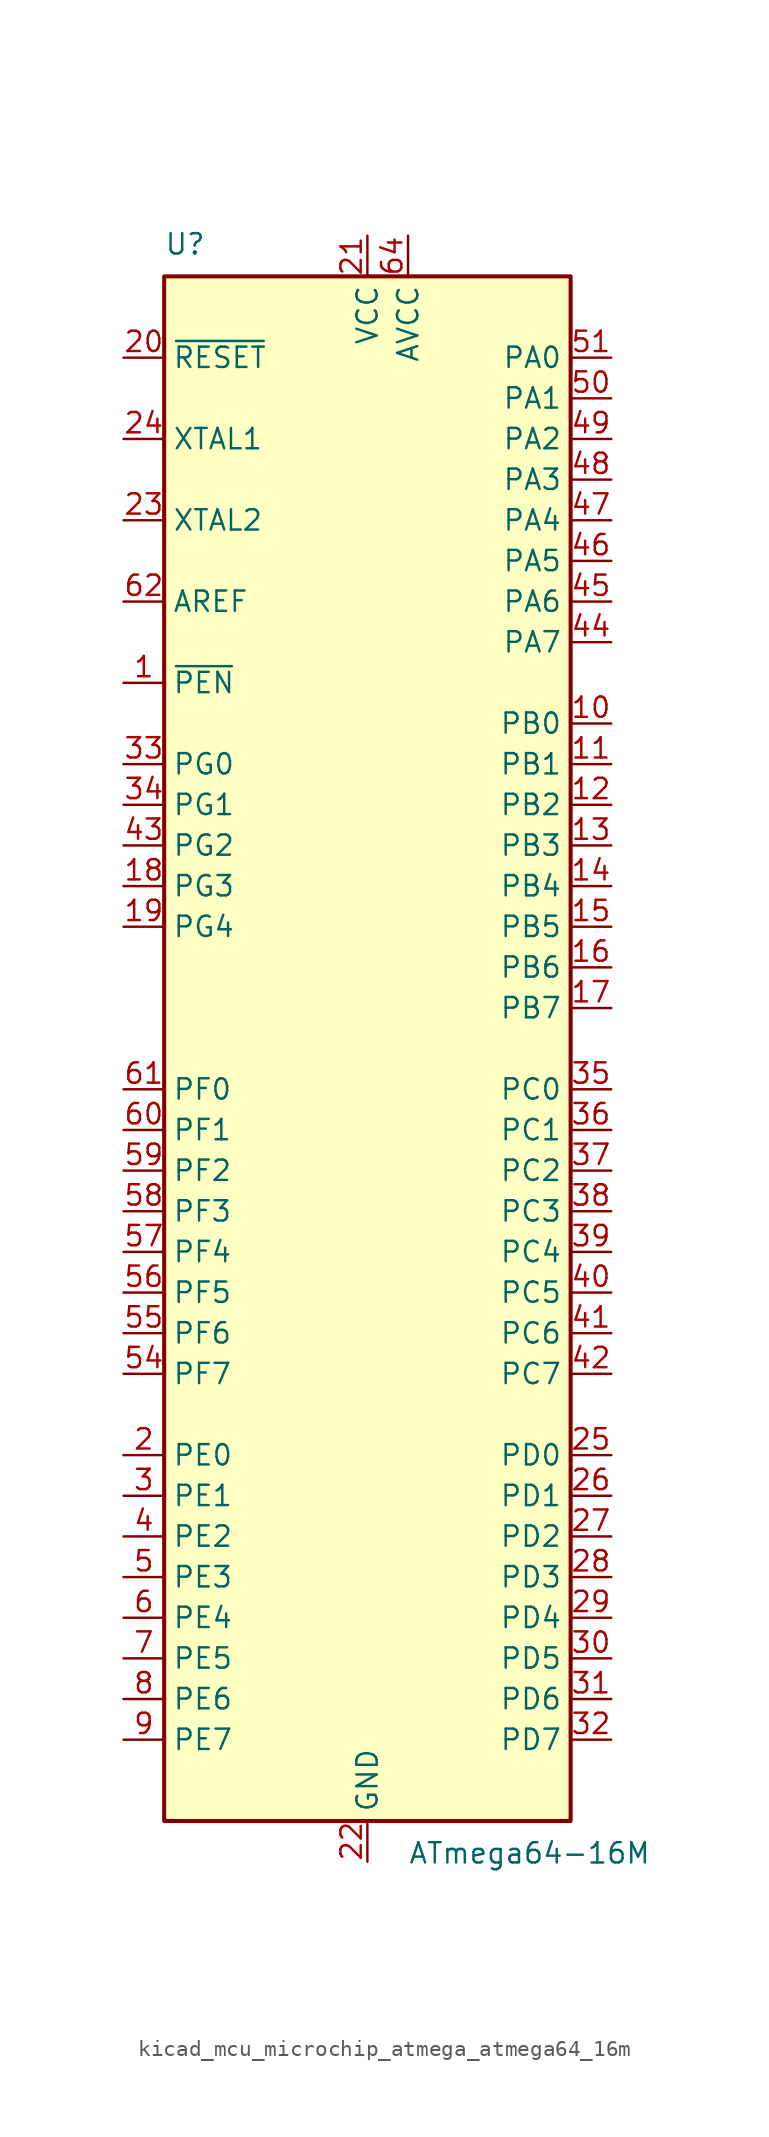
<source format=kicad_sym>
(kicad_symbol_lib
  (version 20220914)
  (generator kicad_symbol_editor)
  (symbol "kicad_mcu_microchip_atmega_atmega64_16m"
    (property "Reference" "U"
      (at -12.7 49.53 0)
      (effects (font (size 1.27 1.27)) (justify left bottom)))
    (property "Value" "ATmega64-16M"
      (at 2.54 -49.53 0)
      (effects (font (size 1.27 1.27)) (justify left top)))
    (symbol "kicad_mcu_microchip_atmega_atmega64_16m_0_1"
      (rectangle (start -12.7 -48.26) (end 12.7 48.26) (stroke (width 0.254) (type default)) (fill (type background))))
    (symbol "kicad_mcu_microchip_atmega_atmega64_16m_1_1"
      (pin input line (at -15.24 22.86 0) (length 2.54) (name "~{PEN}" (effects (font (size 1.27 1.27)))) (number "1" (effects (font (size 1.27 1.27)))))
      (pin bidirectional line (at 15.24 20.32 180) (length 2.54) (name "PB0" (effects (font (size 1.27 1.27)))) (number "10" (effects (font (size 1.27 1.27)))))
      (pin bidirectional line (at 15.24 17.78 180) (length 2.54) (name "PB1" (effects (font (size 1.27 1.27)))) (number "11" (effects (font (size 1.27 1.27)))))
      (pin bidirectional line (at 15.24 15.24 180) (length 2.54) (name "PB2" (effects (font (size 1.27 1.27)))) (number "12" (effects (font (size 1.27 1.27)))))
      (pin bidirectional line (at 15.24 12.7 180) (length 2.54) (name "PB3" (effects (font (size 1.27 1.27)))) (number "13" (effects (font (size 1.27 1.27)))))
      (pin bidirectional line (at 15.24 10.16 180) (length 2.54) (name "PB4" (effects (font (size 1.27 1.27)))) (number "14" (effects (font (size 1.27 1.27)))))
      (pin bidirectional line (at 15.24 7.62 180) (length 2.54) (name "PB5" (effects (font (size 1.27 1.27)))) (number "15" (effects (font (size 1.27 1.27)))))
      (pin bidirectional line (at 15.24 5.08 180) (length 2.54) (name "PB6" (effects (font (size 1.27 1.27)))) (number "16" (effects (font (size 1.27 1.27)))))
      (pin bidirectional line (at 15.24 2.54 180) (length 2.54) (name "PB7" (effects (font (size 1.27 1.27)))) (number "17" (effects (font (size 1.27 1.27)))))
      (pin bidirectional line (at -15.24 10.16 0) (length 2.54) (name "PG3" (effects (font (size 1.27 1.27)))) (number "18" (effects (font (size 1.27 1.27)))))
      (pin bidirectional line (at -15.24 7.62 0) (length 2.54) (name "PG4" (effects (font (size 1.27 1.27)))) (number "19" (effects (font (size 1.27 1.27)))))
      (pin bidirectional line (at -15.24 -25.4 0) (length 2.54) (name "PE0" (effects (font (size 1.27 1.27)))) (number "2" (effects (font (size 1.27 1.27)))))
      (pin input line (at -15.24 43.18 0) (length 2.54) (name "~{RESET}" (effects (font (size 1.27 1.27)))) (number "20" (effects (font (size 1.27 1.27)))))
      (pin power_in line (at 0 50.8 270) (length 2.54) (name "VCC" (effects (font (size 1.27 1.27)))) (number "21" (effects (font (size 1.27 1.27)))))
      (pin power_in line (at 0 -50.8 90) (length 2.54) (name "GND" (effects (font (size 1.27 1.27)))) (number "22" (effects (font (size 1.27 1.27)))))
      (pin output line (at -15.24 33.02 0) (length 2.54) (name "XTAL2" (effects (font (size 1.27 1.27)))) (number "23" (effects (font (size 1.27 1.27)))))
      (pin input line (at -15.24 38.1 0) (length 2.54) (name "XTAL1" (effects (font (size 1.27 1.27)))) (number "24" (effects (font (size 1.27 1.27)))))
      (pin bidirectional line (at 15.24 -25.4 180) (length 2.54) (name "PD0" (effects (font (size 1.27 1.27)))) (number "25" (effects (font (size 1.27 1.27)))))
      (pin bidirectional line (at 15.24 -27.94 180) (length 2.54) (name "PD1" (effects (font (size 1.27 1.27)))) (number "26" (effects (font (size 1.27 1.27)))))
      (pin bidirectional line (at 15.24 -30.48 180) (length 2.54) (name "PD2" (effects (font (size 1.27 1.27)))) (number "27" (effects (font (size 1.27 1.27)))))
      (pin bidirectional line (at 15.24 -33.02 180) (length 2.54) (name "PD3" (effects (font (size 1.27 1.27)))) (number "28" (effects (font (size 1.27 1.27)))))
      (pin bidirectional line (at 15.24 -35.56 180) (length 2.54) (name "PD4" (effects (font (size 1.27 1.27)))) (number "29" (effects (font (size 1.27 1.27)))))
      (pin bidirectional line (at -15.24 -27.94 0) (length 2.54) (name "PE1" (effects (font (size 1.27 1.27)))) (number "3" (effects (font (size 1.27 1.27)))))
      (pin bidirectional line (at 15.24 -38.1 180) (length 2.54) (name "PD5" (effects (font (size 1.27 1.27)))) (number "30" (effects (font (size 1.27 1.27)))))
      (pin bidirectional line (at 15.24 -40.64 180) (length 2.54) (name "PD6" (effects (font (size 1.27 1.27)))) (number "31" (effects (font (size 1.27 1.27)))))
      (pin bidirectional line (at 15.24 -43.18 180) (length 2.54) (name "PD7" (effects (font (size 1.27 1.27)))) (number "32" (effects (font (size 1.27 1.27)))))
      (pin bidirectional line (at -15.24 17.78 0) (length 2.54) (name "PG0" (effects (font (size 1.27 1.27)))) (number "33" (effects (font (size 1.27 1.27)))))
      (pin bidirectional line (at -15.24 15.24 0) (length 2.54) (name "PG1" (effects (font (size 1.27 1.27)))) (number "34" (effects (font (size 1.27 1.27)))))
      (pin bidirectional line (at 15.24 -2.54 180) (length 2.54) (name "PC0" (effects (font (size 1.27 1.27)))) (number "35" (effects (font (size 1.27 1.27)))))
      (pin bidirectional line (at 15.24 -5.08 180) (length 2.54) (name "PC1" (effects (font (size 1.27 1.27)))) (number "36" (effects (font (size 1.27 1.27)))))
      (pin bidirectional line (at 15.24 -7.62 180) (length 2.54) (name "PC2" (effects (font (size 1.27 1.27)))) (number "37" (effects (font (size 1.27 1.27)))))
      (pin bidirectional line (at 15.24 -10.16 180) (length 2.54) (name "PC3" (effects (font (size 1.27 1.27)))) (number "38" (effects (font (size 1.27 1.27)))))
      (pin bidirectional line (at 15.24 -12.7 180) (length 2.54) (name "PC4" (effects (font (size 1.27 1.27)))) (number "39" (effects (font (size 1.27 1.27)))))
      (pin bidirectional line (at -15.24 -30.48 0) (length 2.54) (name "PE2" (effects (font (size 1.27 1.27)))) (number "4" (effects (font (size 1.27 1.27)))))
      (pin bidirectional line (at 15.24 -15.24 180) (length 2.54) (name "PC5" (effects (font (size 1.27 1.27)))) (number "40" (effects (font (size 1.27 1.27)))))
      (pin bidirectional line (at 15.24 -17.78 180) (length 2.54) (name "PC6" (effects (font (size 1.27 1.27)))) (number "41" (effects (font (size 1.27 1.27)))))
      (pin bidirectional line (at 15.24 -20.32 180) (length 2.54) (name "PC7" (effects (font (size 1.27 1.27)))) (number "42" (effects (font (size 1.27 1.27)))))
      (pin bidirectional line (at -15.24 12.7 0) (length 2.54) (name "PG2" (effects (font (size 1.27 1.27)))) (number "43" (effects (font (size 1.27 1.27)))))
      (pin bidirectional line (at 15.24 25.4 180) (length 2.54) (name "PA7" (effects (font (size 1.27 1.27)))) (number "44" (effects (font (size 1.27 1.27)))))
      (pin bidirectional line (at 15.24 27.94 180) (length 2.54) (name "PA6" (effects (font (size 1.27 1.27)))) (number "45" (effects (font (size 1.27 1.27)))))
      (pin bidirectional line (at 15.24 30.48 180) (length 2.54) (name "PA5" (effects (font (size 1.27 1.27)))) (number "46" (effects (font (size 1.27 1.27)))))
      (pin bidirectional line (at 15.24 33.02 180) (length 2.54) (name "PA4" (effects (font (size 1.27 1.27)))) (number "47" (effects (font (size 1.27 1.27)))))
      (pin bidirectional line (at 15.24 35.56 180) (length 2.54) (name "PA3" (effects (font (size 1.27 1.27)))) (number "48" (effects (font (size 1.27 1.27)))))
      (pin bidirectional line (at 15.24 38.1 180) (length 2.54) (name "PA2" (effects (font (size 1.27 1.27)))) (number "49" (effects (font (size 1.27 1.27)))))
      (pin bidirectional line (at -15.24 -33.02 0) (length 2.54) (name "PE3" (effects (font (size 1.27 1.27)))) (number "5" (effects (font (size 1.27 1.27)))))
      (pin bidirectional line (at 15.24 40.64 180) (length 2.54) (name "PA1" (effects (font (size 1.27 1.27)))) (number "50" (effects (font (size 1.27 1.27)))))
      (pin bidirectional line (at 15.24 43.18 180) (length 2.54) (name "PA0" (effects (font (size 1.27 1.27)))) (number "51" (effects (font (size 1.27 1.27)))))
      (pin passive line (at 0 50.8 270) (length 2.54) hide (name "VCC" (effects (font (size 1.27 1.27)))) (number "52" (effects (font (size 1.27 1.27)))))
      (pin passive line (at 0 -50.8 90) (length 2.54) hide (name "GND" (effects (font (size 1.27 1.27)))) (number "53" (effects (font (size 1.27 1.27)))))
      (pin bidirectional line (at -15.24 -20.32 0) (length 2.54) (name "PF7" (effects (font (size 1.27 1.27)))) (number "54" (effects (font (size 1.27 1.27)))))
      (pin bidirectional line (at -15.24 -17.78 0) (length 2.54) (name "PF6" (effects (font (size 1.27 1.27)))) (number "55" (effects (font (size 1.27 1.27)))))
      (pin bidirectional line (at -15.24 -15.24 0) (length 2.54) (name "PF5" (effects (font (size 1.27 1.27)))) (number "56" (effects (font (size 1.27 1.27)))))
      (pin bidirectional line (at -15.24 -12.7 0) (length 2.54) (name "PF4" (effects (font (size 1.27 1.27)))) (number "57" (effects (font (size 1.27 1.27)))))
      (pin bidirectional line (at -15.24 -10.16 0) (length 2.54) (name "PF3" (effects (font (size 1.27 1.27)))) (number "58" (effects (font (size 1.27 1.27)))))
      (pin bidirectional line (at -15.24 -7.62 0) (length 2.54) (name "PF2" (effects (font (size 1.27 1.27)))) (number "59" (effects (font (size 1.27 1.27)))))
      (pin bidirectional line (at -15.24 -35.56 0) (length 2.54) (name "PE4" (effects (font (size 1.27 1.27)))) (number "6" (effects (font (size 1.27 1.27)))))
      (pin bidirectional line (at -15.24 -5.08 0) (length 2.54) (name "PF1" (effects (font (size 1.27 1.27)))) (number "60" (effects (font (size 1.27 1.27)))))
      (pin bidirectional line (at -15.24 -2.54 0) (length 2.54) (name "PF0" (effects (font (size 1.27 1.27)))) (number "61" (effects (font (size 1.27 1.27)))))
      (pin passive line (at -15.24 27.94 0) (length 2.54) (name "AREF" (effects (font (size 1.27 1.27)))) (number "62" (effects (font (size 1.27 1.27)))))
      (pin passive line (at 0 -50.8 90) (length 2.54) hide (name "GND" (effects (font (size 1.27 1.27)))) (number "63" (effects (font (size 1.27 1.27)))))
      (pin power_in line (at 2.54 50.8 270) (length 2.54) (name "AVCC" (effects (font (size 1.27 1.27)))) (number "64" (effects (font (size 1.27 1.27)))))
      (pin passive line (at 0 -50.8 90) (length 2.54) hide (name "GND" (effects (font (size 1.27 1.27)))) (number "65" (effects (font (size 1.27 1.27)))))
      (pin bidirectional line (at -15.24 -38.1 0) (length 2.54) (name "PE5" (effects (font (size 1.27 1.27)))) (number "7" (effects (font (size 1.27 1.27)))))
      (pin bidirectional line (at -15.24 -40.64 0) (length 2.54) (name "PE6" (effects (font (size 1.27 1.27)))) (number "8" (effects (font (size 1.27 1.27)))))
      (pin bidirectional line (at -15.24 -43.18 0) (length 2.54) (name "PE7" (effects (font (size 1.27 1.27)))) (number "9" (effects (font (size 1.27 1.27))))))))
</source>
